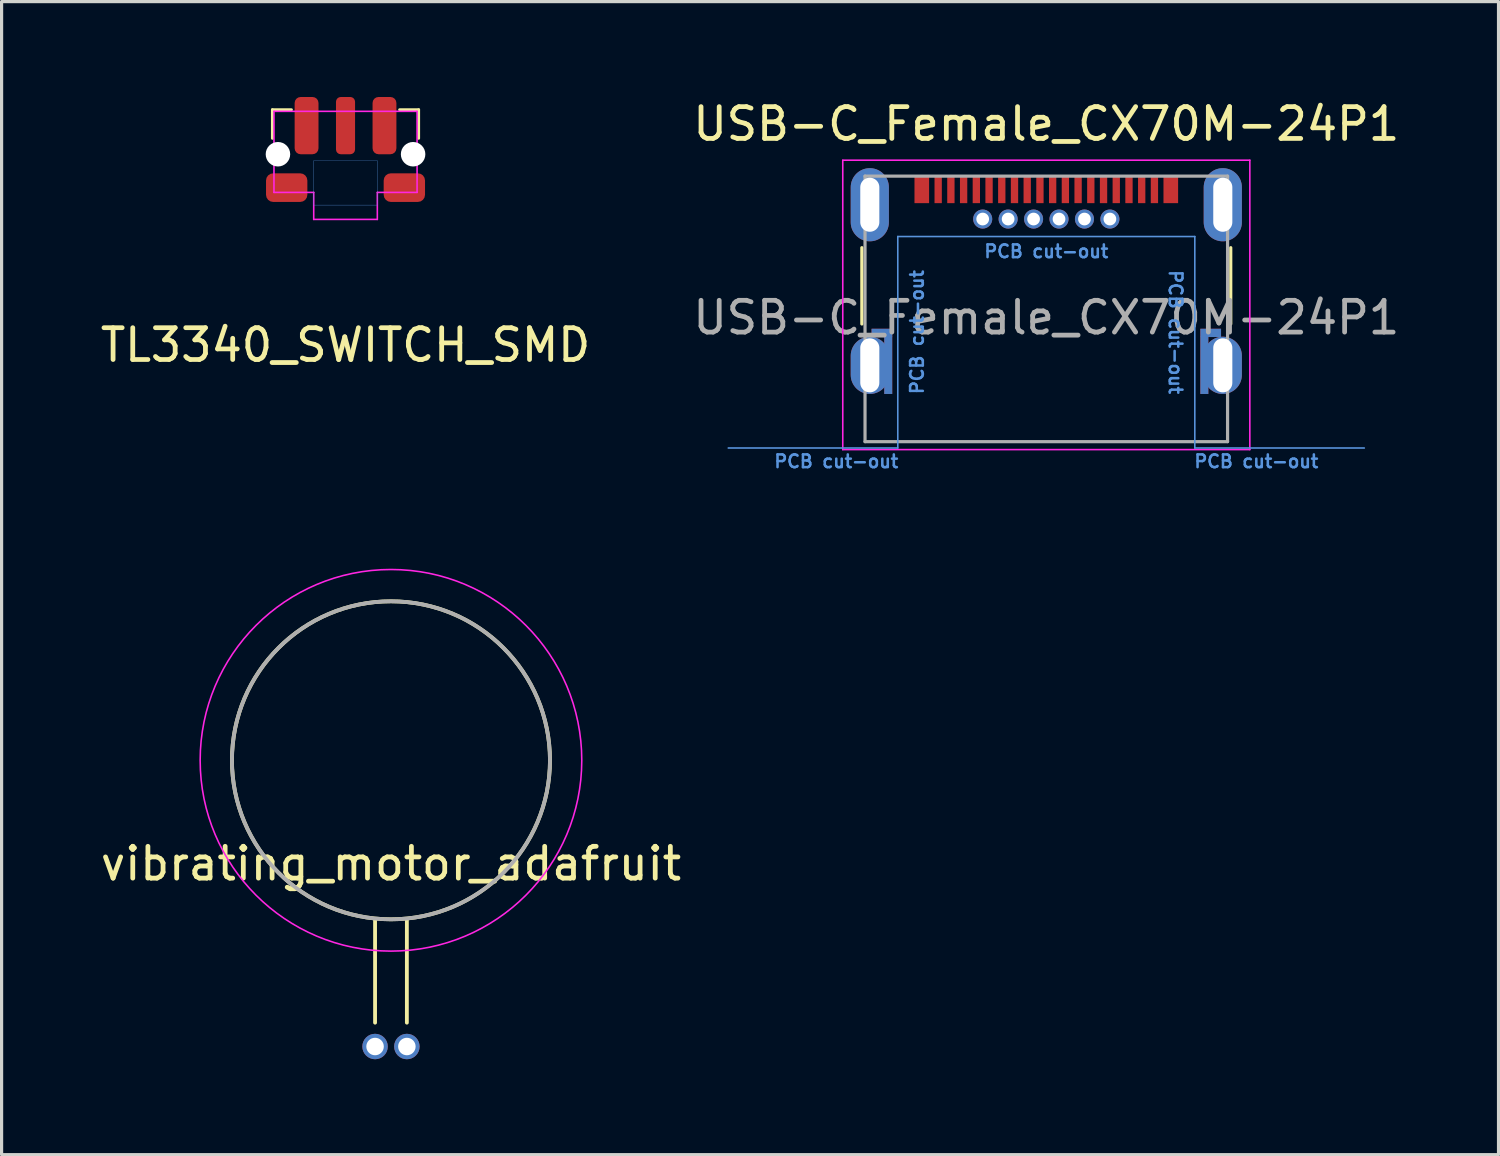
<source format=kicad_pcb>
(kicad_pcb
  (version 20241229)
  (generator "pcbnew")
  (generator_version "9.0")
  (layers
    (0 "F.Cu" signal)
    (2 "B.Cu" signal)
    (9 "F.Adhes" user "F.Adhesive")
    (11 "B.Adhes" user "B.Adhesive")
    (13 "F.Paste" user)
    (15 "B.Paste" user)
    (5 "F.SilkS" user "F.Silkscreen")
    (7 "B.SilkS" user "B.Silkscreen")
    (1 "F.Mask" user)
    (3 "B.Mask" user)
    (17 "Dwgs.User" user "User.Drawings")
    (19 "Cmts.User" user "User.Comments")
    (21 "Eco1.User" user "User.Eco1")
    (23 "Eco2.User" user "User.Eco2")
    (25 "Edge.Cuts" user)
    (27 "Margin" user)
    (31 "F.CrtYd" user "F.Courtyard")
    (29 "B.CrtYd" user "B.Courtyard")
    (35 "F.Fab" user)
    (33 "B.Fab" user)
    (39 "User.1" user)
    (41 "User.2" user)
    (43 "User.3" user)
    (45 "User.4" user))
  (footprint "USB-C_Female_CX70M-24P1"
    (layer "F.Cu")
    (at 29.851 3.838)
    (property "Reference" "USB-C_Female_CX70M-24P1" (at 0 -2.99 0) (layer "F.SilkS") (effects (font (size 1 1) (thickness 0.15))))
    (attr through_hole)
    (fp_line (start -5.8 0.9) (end -5.8 3.3) (stroke (width 0.1) (type solid)) (layer "F.SilkS"))
    (fp_line (start 5.8 0.9) (end 5.8 3.3) (stroke (width 0.1) (type solid)) (layer "F.SilkS"))
    (fp_line (start -4.67 0.55) (end -4.67 7.2) (stroke (width 0.05) (type solid)) (layer "Cmts.User"))
    (fp_line (start -4.67 0.55) (end 4.67 0.55) (stroke (width 0.05) (type solid)) (layer "Cmts.User"))
    (fp_line (start -4.67 7.2) (end -10 7.2) (stroke (width 0.05) (type solid)) (layer "Cmts.User"))
    (fp_line (start 4.67 0.55) (end 4.67 7.2) (stroke (width 0.05) (type solid)) (layer "Cmts.User"))
    (fp_line (start 4.67 7.2) (end 10 7.2) (stroke (width 0.05) (type solid)) (layer "Cmts.User"))
    (fp_line (start -6.4 -1.85) (end -6.4 7.25) (stroke (width 0.05) (type solid)) (layer "F.CrtYd"))
    (fp_line (start 6.4 -1.85) (end -6.4 -1.85) (stroke (width 0.05) (type solid)) (layer "F.CrtYd"))
    (fp_line (start 6.4 -1.85) (end 6.4 7.25) (stroke (width 0.05) (type solid)) (layer "F.CrtYd"))
    (fp_line (start 6.4 7.25) (end -6.4 7.25) (stroke (width 0.05) (type solid)) (layer "F.CrtYd"))
    (fp_line (start -5.7 -1.35) (end -5.7 7) (stroke (width 0.1) (type solid)) (layer "F.Fab"))
    (fp_line (start -5.7 -1.35) (end 5.7 -1.35) (stroke (width 0.1) (type solid)) (layer "F.Fab"))
    (fp_line (start -5.7 7) (end 5.7 7) (stroke (width 0.1) (type solid)) (layer "F.Fab"))
    (fp_line (start 5.7 -1.35) (end 5.7 7) (stroke (width 0.1) (type solid)) (layer "F.Fab"))
    (fp_text user "PCB cut-out" (at 4.064 3.556 270) (unlocked yes) (layer "Cmts.User") (effects (font (size 0.4 0.4) (thickness 0.08))))
    (fp_text user "PCB cut-out" (at -6.604 7.62 0) (unlocked yes) (layer "Cmts.User") (effects (font (size 0.4 0.4) (thickness 0.08))))
    (fp_text user "PCB cut-out" (at 0 1.016 0) (layer "Cmts.User") (effects (font (size 0.4 0.4) (thickness 0.08))))
    (fp_text user "PCB cut-out" (at -4.064 3.556 90) (unlocked yes) (layer "Cmts.User") (effects (font (size 0.4 0.4) (thickness 0.08))))
    (fp_text user "PCB cut-out" (at 6.604 7.62 0) (unlocked yes) (layer "Cmts.User") (effects (font (size 0.4 0.4) (thickness 0.08))))
    (fp_text user "${REFERENCE}" (at 0 3.1 0) (layer "F.Fab") (effects (font (size 1 1) (thickness 0.15))))
    (pad "" smd rect (at -3.915 -0.925) (size 0.46 0.85) (layers "F.Cu" "F.Mask" "F.Paste"))
    (pad "" smd rect (at 3.915 -0.925) (size 0.46 0.85) (layers "F.Cu" "F.Mask" "F.Paste"))
    (pad "A1" smd rect (at -2.2 -0.925) (size 0.23 0.85) (layers "F.Cu" "F.Mask" "F.Paste"))
    (pad "A2" smd rect (at -1.8 -0.925) (size 0.23 0.85) (layers "F.Cu" "F.Mask" "F.Paste"))
    (pad "A3" smd rect (at -1.4 -0.925) (size 0.23 0.85) (layers "F.Cu" "F.Mask" "F.Paste"))
    (pad "A4" smd rect (at -1 -0.925) (size 0.23 0.85) (layers "F.Cu" "F.Mask" "F.Paste"))
    (pad "A5" smd rect (at -0.6 -0.925) (size 0.23 0.85) (layers "F.Cu" "F.Mask" "F.Paste"))
    (pad "A6" smd rect (at -0.2 -0.925) (size 0.23 0.85) (layers "F.Cu" "F.Mask" "F.Paste"))
    (pad "A7" smd rect (at 0.2 -0.925) (size 0.23 0.85) (layers "F.Cu" "F.Mask" "F.Paste"))
    (pad "A8" smd rect (at 0.6 -0.925) (size 0.23 0.85) (layers "F.Cu" "F.Mask" "F.Paste"))
    (pad "A9" smd rect (at 1 -0.925) (size 0.23 0.85) (layers "F.Cu" "F.Mask" "F.Paste"))
    (pad "A10" smd rect (at 1.4 -0.925) (size 0.23 0.85) (layers "F.Cu" "F.Mask" "F.Paste"))
    (pad "A11" smd rect (at 1.8 -0.925) (size 0.23 0.85) (layers "F.Cu" "F.Mask" "F.Paste"))
    (pad "A12" smd rect (at 2.2 -0.925) (size 0.23 0.85) (layers "F.Cu" "F.Mask" "F.Paste"))
    (pad "B1" smd rect (at 3.4 -0.925) (size 0.23 0.85) (layers "F.Cu" "F.Mask" "F.Paste"))
    (pad "B2" smd rect (at 3 -0.925) (size 0.23 0.85) (layers "F.Cu" "F.Mask" "F.Paste"))
    (pad "B3" smd rect (at 2.6 -0.925) (size 0.23 0.85) (layers "F.Cu" "F.Mask" "F.Paste"))
    (pad "B4" thru_hole circle (at 2 0) (size 0.6 0.6) (drill 0.4) (layers "*.Cu" "*.Mask"))
    (pad "B5" thru_hole circle (at 1.2 0) (size 0.6 0.6) (drill 0.4) (layers "*.Cu" "*.Mask"))
    (pad "B6" thru_hole circle (at 0.4 0) (size 0.6 0.6) (drill 0.4) (layers "*.Cu" "*.Mask"))
    (pad "B7" thru_hole circle (at -0.4 0) (size 0.6 0.6) (drill 0.4) (layers "*.Cu" "*.Mask"))
    (pad "B8" thru_hole circle (at -1.2 0) (size 0.6 0.6) (drill 0.4) (layers "*.Cu" "*.Mask"))
    (pad "B9" thru_hole circle (at -2 0) (size 0.6 0.6) (drill 0.4) (layers "*.Cu" "*.Mask"))
    (pad "B10" smd rect (at -2.6 -0.925) (size 0.23 0.85) (layers "F.Cu" "F.Mask" "F.Paste"))
    (pad "B11" smd rect (at -3 -0.925) (size 0.23 0.85) (layers "F.Cu" "F.Mask" "F.Paste"))
    (pad "B12" smd rect (at -3.4 -0.925) (size 0.23 0.85) (layers "F.Cu" "F.Mask" "F.Paste"))
    (pad "SH" thru_hole oval (at -5.55 -0.45) (size 1.2 2.3) (drill oval 0.6 1.7) (layers "*.Cu" "*.Mask"))
    (pad "SH" thru_hole oval (at -5.55 4.6) (size 1.2 1.8) (drill oval 0.6 1.7) (layers "*.Cu" "*.Mask"))
    (pad "SH" smd rect (at -5.169 3.58) (size 0.65 0.26) (layers "F.Cu" "F.Mask" "F.Paste"))
    (pad "SH" smd rect (at -5.169 3.58) (size 0.65 0.26) (layers "B.Cu" "B.Mask" "B.Paste"))
    (pad "SH" smd rect (at -4.97 4.6) (size 0.25 1.8) (layers "F.Cu" "F.Mask" "F.Paste"))
    (pad "SH" smd rect (at -4.97 4.6) (size 0.25 1.8) (layers "B.Cu" "B.Mask" "B.Paste"))
    (pad "SH" smd rect (at 4.97 4.6) (size 0.25 1.8) (layers "F.Cu" "F.Mask" "F.Paste"))
    (pad "SH" smd rect (at 4.97 4.6) (size 0.25 1.8) (layers "B.Cu" "B.Mask" "B.Paste"))
    (pad "SH" smd rect (at 5.17 3.58) (size 0.65 0.26) (layers "F.Cu" "F.Mask" "F.Paste"))
    (pad "SH" smd rect (at 5.17 3.58) (size 0.65 0.26) (layers "B.Cu" "B.Mask" "B.Paste"))
    (pad "SH" thru_hole oval (at 5.55 -0.45) (size 1.2 2.3) (drill oval 0.6 1.7) (layers "*.Cu" "*.Mask"))
    (pad "SH" thru_hole oval (at 5.55 4.6) (size 1.2 1.8) (drill oval 0.6 1.7) (layers "*.Cu" "*.Mask")))
  (footprint "vibrating_motor_adafruit"
    (layer "F.Cu")
    (at 9.244 20.858)
    (property "Reference" "vibrating_motor_adafruit" (at 0 3.25 0) (layer "F.SilkS") (effects (font (size 1 1) (thickness 0.15))))
    (attr through_hole)
    (fp_line (start -0.5 8.25) (end -0.5 5) (stroke (width 0.12) (type solid)) (layer "F.SilkS"))
    (fp_line (start 0.5 8.25) (end 0.5 5) (stroke (width 0.12) (type solid)) (layer "F.SilkS"))
    (fp_circle (center 0 0) (end 3 -4) (stroke (width 0.12) (type solid)) (fill no) (layer "F.SilkS"))
    (fp_circle (center 0 0) (end 6 0) (stroke (width 0.05) (type solid)) (fill no) (layer "F.CrtYd"))
    (fp_circle (center 0 0) (end 5 0) (stroke (width 0.12) (type solid)) (fill no) (layer "F.Fab"))
    (pad "1" thru_hole circle (at -0.5 9) (size 0.8 0.8) (drill 0.55) (layers "*.Cu" "*.Mask"))
    (pad "2" thru_hole circle (at 0.5 9) (size 0.8 0.8) (drill 0.55) (layers "*.Cu" "*.Mask")))
  (footprint "TL3340_SWITCH_SMD"
    (layer "F.Cu")
    (at 7.815 1.8)
    (property "Reference" "TL3340_SWITCH_SMD" (at 0 6 0) (layer "F.SilkS") (effects (font (size 1 1) (thickness 0.15))))
    (attr through_hole)
    (fp_line (start -2.3 -1.4) (end -2.3 -0.5) (stroke (width 0.09) (type solid)) (layer "F.SilkS"))
    (fp_line (start -1.7 -1.4) (end -2.3 -1.4) (stroke (width 0.09) (type solid)) (layer "F.SilkS"))
    (fp_line (start 1.7 -1.4) (end 2.3 -1.4) (stroke (width 0.09) (type solid)) (layer "F.SilkS"))
    (fp_line (start 2.3 -1.4) (end 2.3 -0.5) (stroke (width 0.09) (type solid)) (layer "F.SilkS"))
    (fp_poly (pts (xy -1 0.2) (xy 1 0.2) (xy 1 1.6) (xy -1 1.6)) (stroke (width 0.01) (type solid)) (fill no) (layer "Cmts.User"))
    (fp_line (start -2.25 -1.35) (end 2.25 -1.35) (stroke (width 0.05) (type solid)) (layer "F.CrtYd"))
    (fp_line (start -2.25 1.2) (end -2.25 -1.35) (stroke (width 0.05) (type solid)) (layer "F.CrtYd"))
    (fp_line (start -1 1.2) (end -2.25 1.2) (stroke (width 0.05) (type solid)) (layer "F.CrtYd"))
    (fp_line (start -1 1.2) (end -1 2.05) (stroke (width 0.05) (type solid)) (layer "F.CrtYd"))
    (fp_line (start -1 2.05) (end 1 2.05) (stroke (width 0.05) (type solid)) (layer "F.CrtYd"))
    (fp_line (start 1 2.05) (end 1 1.2) (stroke (width 0.05) (type solid)) (layer "F.CrtYd"))
    (fp_line (start 2.25 -1.35) (end 2.25 1.2) (stroke (width 0.05) (type solid)) (layer "F.CrtYd"))
    (fp_line (start 2.25 1.2) (end 1 1.2) (stroke (width 0.05) (type solid)) (layer "F.CrtYd"))
    (pad "" np_thru_hole circle (at -2.125 0) (size 0.77 0.77) (drill 0.77) (layers "*.Cu" "*.Mask"))
    (pad "" smd roundrect (at -1.85 1.05) (size 1.3 0.9) (layers "F.Cu" "F.Mask" "F.Paste") (roundrect_rratio 0.25))
    (pad "" smd roundrect (at 1.85 1.05) (size 1.3 0.9) (layers "F.Cu" "F.Mask" "F.Paste") (roundrect_rratio 0.25))
    (pad "" np_thru_hole circle (at 2.125 0) (size 0.77 0.77) (drill 0.77) (layers "*.Cu" "*.Mask"))
    (pad "1" smd roundrect (at -1.225 -0.9) (size 0.75 1.8) (layers "F.Cu" "F.Mask" "F.Paste") (roundrect_rratio 0.25))
    (pad "1" smd roundrect (at 1.225 -0.9) (size 0.75 1.8) (layers "F.Cu" "F.Mask" "F.Paste") (roundrect_rratio 0.25))
    (pad "2" smd roundrect (at 0 -0.9) (size 0.6 1.8) (layers "F.Cu" "F.Mask" "F.Paste") (roundrect_rratio 0.25)))
  (gr_rect
    (start -3 -3)
    (end 44.071 33.258)
    (stroke (width 0.1) (type default))
    (fill no)
    (layer "Edge.Cuts")))
</source>
